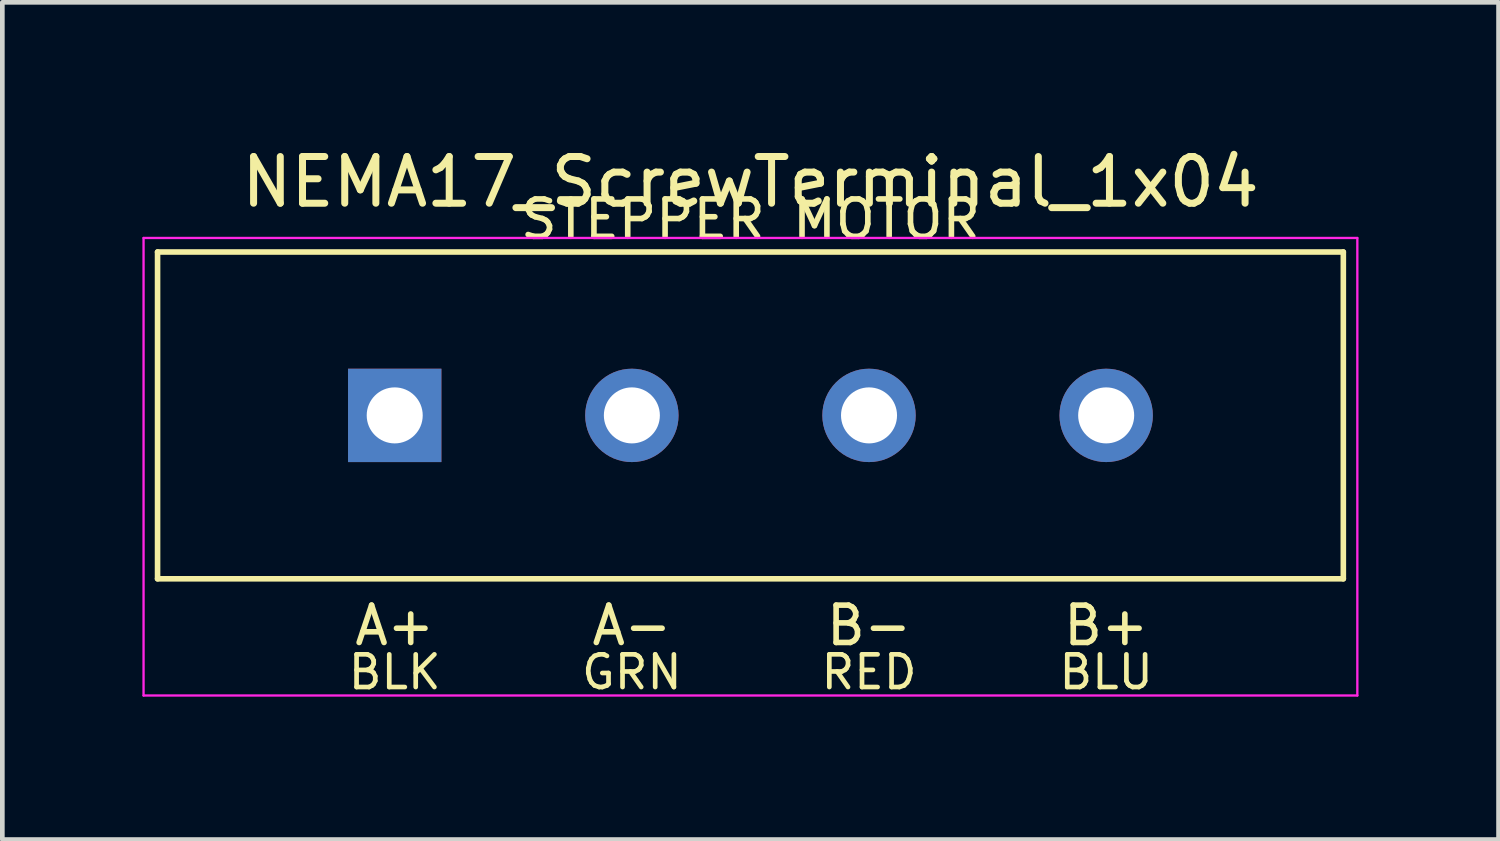
<source format=kicad_pcb>
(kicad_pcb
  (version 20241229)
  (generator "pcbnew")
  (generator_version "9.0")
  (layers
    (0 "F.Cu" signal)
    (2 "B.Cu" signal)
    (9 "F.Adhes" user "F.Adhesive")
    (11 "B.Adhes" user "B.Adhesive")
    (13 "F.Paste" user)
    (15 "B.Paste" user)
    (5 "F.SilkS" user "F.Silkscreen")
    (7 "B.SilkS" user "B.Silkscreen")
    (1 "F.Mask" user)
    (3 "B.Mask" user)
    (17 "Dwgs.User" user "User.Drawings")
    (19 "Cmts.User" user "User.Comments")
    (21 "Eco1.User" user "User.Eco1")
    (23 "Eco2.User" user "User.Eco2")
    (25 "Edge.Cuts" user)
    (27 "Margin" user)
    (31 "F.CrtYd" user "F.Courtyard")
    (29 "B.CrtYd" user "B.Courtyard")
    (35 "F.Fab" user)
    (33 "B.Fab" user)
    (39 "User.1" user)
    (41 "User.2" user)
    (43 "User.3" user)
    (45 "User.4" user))
  (footprint "NEMA17_ScrewTerminal_1x04"
    (layer "F.Cu")
    (at 13.025 5.848)
    (property "Reference" "NEMA17_ScrewTerminal_1x04" (at 0 -5 0) (layer "F.SilkS") (effects (font (size 1 1) (thickness 0.15))))
    (attr through_hole)
    (fp_line (start -12.7 -3.5) (end 12.7 -3.5) (stroke (width 0.12) (type solid)) (layer "F.SilkS"))
    (fp_line (start -12.7 3.5) (end -12.7 -3.5) (stroke (width 0.12) (type solid)) (layer "F.SilkS"))
    (fp_line (start 12.7 -3.5) (end 12.7 3.5) (stroke (width 0.12) (type solid)) (layer "F.SilkS"))
    (fp_line (start 12.7 3.5) (end -12.7 3.5) (stroke (width 0.12) (type solid)) (layer "F.SilkS"))
    (fp_line (start -13 -3.8) (end 13 -3.8) (stroke (width 0.05) (type solid)) (layer "F.CrtYd"))
    (fp_line (start -13 6) (end -13 -3.8) (stroke (width 0.05) (type solid)) (layer "F.CrtYd"))
    (fp_line (start 13 -3.8) (end 13 6) (stroke (width 0.05) (type solid)) (layer "F.CrtYd"))
    (fp_line (start 13 6) (end -13 6) (stroke (width 0.05) (type solid)) (layer "F.CrtYd"))
    (fp_text user "RED" (at 2.54 5.5 0) (layer "F.SilkS") (effects (font (size 0.7 0.7) (thickness 0.1))))
    (fp_text user "A+" (at -7.62 4.5 0) (layer "F.SilkS") (effects (font (size 0.8 0.8) (thickness 0.12))))
    (fp_text user "A-" (at -2.54 4.5 0) (layer "F.SilkS") (effects (font (size 0.8 0.8) (thickness 0.12))))
    (fp_text user "GRN" (at -2.54 5.5 0) (layer "F.SilkS") (effects (font (size 0.7 0.7) (thickness 0.1))))
    (fp_text user "STEPPER MOTOR" (at 0 -4.2 0) (layer "F.SilkS") (effects (font (size 0.8 0.8) (thickness 0.12))))
    (fp_text user "BLU" (at 7.62 5.5 0) (layer "F.SilkS") (effects (font (size 0.7 0.7) (thickness 0.1))))
    (fp_text user "B+" (at 7.62 4.5 0) (layer "F.SilkS") (effects (font (size 0.8 0.8) (thickness 0.12))))
    (fp_text user "BLK" (at -7.62 5.5 0) (layer "F.SilkS") (effects (font (size 0.7 0.7) (thickness 0.1))))
    (fp_text user "B-" (at 2.54 4.5 0) (layer "F.SilkS") (effects (font (size 0.8 0.8) (thickness 0.12))))
    (pad "1" thru_hole rect (at -7.62 0) (size 2 2) (drill 1.2) (layers "*.Cu" "*.Mask"))
    (pad "2" thru_hole oval (at -2.54 0) (size 2 2) (drill 1.2) (layers "*.Cu" "*.Mask"))
    (pad "3" thru_hole oval (at 2.54 0) (size 2 2) (drill 1.2) (layers "*.Cu" "*.Mask"))
    (pad "4" thru_hole oval (at 7.62 0) (size 2 2) (drill 1.2) (layers "*.Cu" "*.Mask")))
  (gr_rect
    (start -3 -3)
    (end 29.05 14.933)
    (stroke (width 0.1) (type default))
    (fill no)
    (layer "Edge.Cuts")))
</source>
